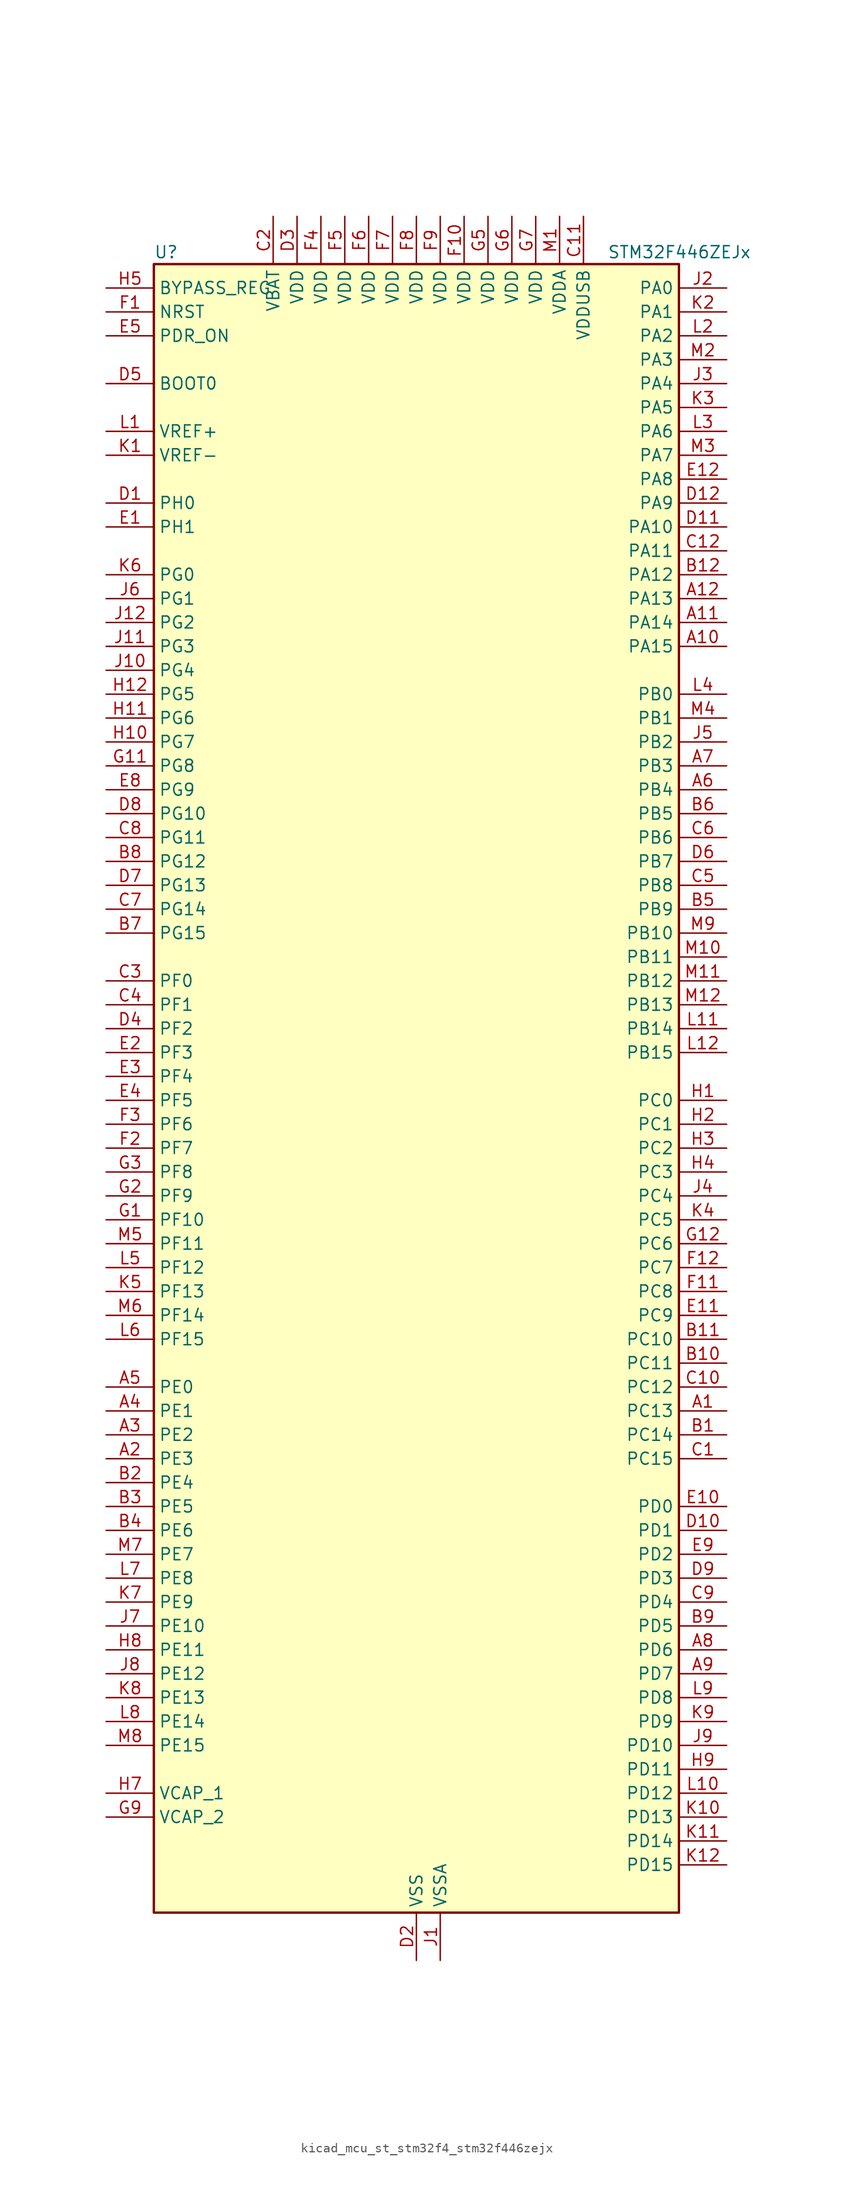
<source format=kicad_sym>
(kicad_symbol_lib
  (version 20220914)
  (generator kicad_symbol_editor)
  (symbol "kicad_mcu_st_stm32f4_stm32f446zejx"
    (property "Reference" "U"
      (at -27.94 90.17 0)
      (effects (font (size 1.27 1.27)) (justify left)))
    (property "Value" "STM32F446ZEJx"
      (at 20.32 90.17 0)
      (effects (font (size 1.27 1.27)) (justify left)))
    (property "ki_locked" ""
      (at 0 0 0)
      (effects (font (size 1.27 1.27))))
    (symbol "kicad_mcu_st_stm32f4_stm32f446zejx_0_1"
      (rectangle (start -27.94 -86.36) (end 27.94 88.9) (stroke (width 0.254) (type default)) (fill (type background))))
    (symbol "kicad_mcu_st_stm32f4_stm32f446zejx_1_1"
      (pin bidirectional line (at 33.02 -33.02 180) (length 5.08) (name "PC13" (effects (font (size 1.27 1.27)))) (number "A1" (effects (font (size 1.27 1.27)))) (alternate "RTC_AF1" bidirectional line) (alternate "SYS_WKUP1" bidirectional line))
      (pin bidirectional line (at 33.02 48.26 180) (length 5.08) (name "PA15" (effects (font (size 1.27 1.27)))) (number "A10" (effects (font (size 1.27 1.27)))) (alternate "ADC1_EXTI15" bidirectional line) (alternate "ADC2_EXTI15" bidirectional line) (alternate "ADC3_EXTI15" bidirectional line) (alternate "CEC" bidirectional line) (alternate "I2S1_WS" bidirectional line) (alternate "I2S3_WS" bidirectional line) (alternate "SPI1_NSS" bidirectional line) (alternate "SPI3_NSS" bidirectional line) (alternate "SYS_JTDI" bidirectional line) (alternate "TIM2_CH1" bidirectional line) (alternate "TIM2_ETR" bidirectional line) (alternate "UART4_RTS" bidirectional line))
      (pin bidirectional line (at 33.02 50.8 180) (length 5.08) (name "PA14" (effects (font (size 1.27 1.27)))) (number "A11" (effects (font (size 1.27 1.27)))) (alternate "SYS_JTCK-SWCLK" bidirectional line))
      (pin bidirectional line (at 33.02 53.34 180) (length 5.08) (name "PA13" (effects (font (size 1.27 1.27)))) (number "A12" (effects (font (size 1.27 1.27)))) (alternate "SYS_JTMS-SWDIO" bidirectional line))
      (pin bidirectional line (at -33.02 -38.1 0) (length 5.08) (name "PE3" (effects (font (size 1.27 1.27)))) (number "A2" (effects (font (size 1.27 1.27)))) (alternate "FMC_A19" bidirectional line) (alternate "SAI1_SD_B" bidirectional line) (alternate "SYS_TRACED0" bidirectional line))
      (pin bidirectional line (at -33.02 -35.56 0) (length 5.08) (name "PE2" (effects (font (size 1.27 1.27)))) (number "A3" (effects (font (size 1.27 1.27)))) (alternate "FMC_A23" bidirectional line) (alternate "QUADSPI_BK1_IO2" bidirectional line) (alternate "SAI1_MCLK_A" bidirectional line) (alternate "SPI4_SCK" bidirectional line) (alternate "SYS_TRACECLK" bidirectional line))
      (pin bidirectional line (at -33.02 -33.02 0) (length 5.08) (name "PE1" (effects (font (size 1.27 1.27)))) (number "A4" (effects (font (size 1.27 1.27)))) (alternate "DCMI_D3" bidirectional line) (alternate "FMC_NBL1" bidirectional line))
      (pin bidirectional line (at -33.02 -30.48 0) (length 5.08) (name "PE0" (effects (font (size 1.27 1.27)))) (number "A5" (effects (font (size 1.27 1.27)))) (alternate "DCMI_D2" bidirectional line) (alternate "FMC_NBL0" bidirectional line) (alternate "SAI2_MCLK_A" bidirectional line) (alternate "TIM4_ETR" bidirectional line))
      (pin bidirectional line (at 33.02 33.02 180) (length 5.08) (name "PB4" (effects (font (size 1.27 1.27)))) (number "A6" (effects (font (size 1.27 1.27)))) (alternate "I2C3_SDA" bidirectional line) (alternate "I2S2_WS" bidirectional line) (alternate "SPI1_MISO" bidirectional line) (alternate "SPI2_NSS" bidirectional line) (alternate "SPI3_MISO" bidirectional line) (alternate "SYS_JTRST" bidirectional line) (alternate "TIM3_CH1" bidirectional line))
      (pin bidirectional line (at 33.02 35.56 180) (length 5.08) (name "PB3" (effects (font (size 1.27 1.27)))) (number "A7" (effects (font (size 1.27 1.27)))) (alternate "I2C2_SDA" bidirectional line) (alternate "I2S1_CK" bidirectional line) (alternate "I2S3_CK" bidirectional line) (alternate "SPI1_SCK" bidirectional line) (alternate "SPI3_SCK" bidirectional line) (alternate "SYS_JTDO-SWO" bidirectional line) (alternate "TIM2_CH2" bidirectional line))
      (pin bidirectional line (at 33.02 -58.42 180) (length 5.08) (name "PD6" (effects (font (size 1.27 1.27)))) (number "A8" (effects (font (size 1.27 1.27)))) (alternate "DCMI_D10" bidirectional line) (alternate "FMC_NWAIT" bidirectional line) (alternate "I2S3_SD" bidirectional line) (alternate "SAI1_SD_A" bidirectional line) (alternate "SPI3_MOSI" bidirectional line) (alternate "USART2_RX" bidirectional line))
      (pin bidirectional line (at 33.02 -60.96 180) (length 5.08) (name "PD7" (effects (font (size 1.27 1.27)))) (number "A9" (effects (font (size 1.27 1.27)))) (alternate "FMC_NE1" bidirectional line) (alternate "SPDIFRX_IN0" bidirectional line) (alternate "USART2_CK" bidirectional line))
      (pin bidirectional line (at 33.02 -35.56 180) (length 5.08) (name "PC14" (effects (font (size 1.27 1.27)))) (number "B1" (effects (font (size 1.27 1.27)))) (alternate "RCC_OSC32_IN" bidirectional line))
      (pin bidirectional line (at 33.02 -27.94 180) (length 5.08) (name "PC11" (effects (font (size 1.27 1.27)))) (number "B10" (effects (font (size 1.27 1.27)))) (alternate "ADC1_EXTI11" bidirectional line) (alternate "ADC2_EXTI11" bidirectional line) (alternate "ADC3_EXTI11" bidirectional line) (alternate "DCMI_D4" bidirectional line) (alternate "QUADSPI_BK2_NCS" bidirectional line) (alternate "SDIO_D3" bidirectional line) (alternate "SPI3_MISO" bidirectional line) (alternate "UART4_RX" bidirectional line) (alternate "USART3_RX" bidirectional line))
      (pin bidirectional line (at 33.02 -25.4 180) (length 5.08) (name "PC10" (effects (font (size 1.27 1.27)))) (number "B11" (effects (font (size 1.27 1.27)))) (alternate "DCMI_D8" bidirectional line) (alternate "I2S3_CK" bidirectional line) (alternate "QUADSPI_BK1_IO1" bidirectional line) (alternate "SDIO_D2" bidirectional line) (alternate "SPI3_SCK" bidirectional line) (alternate "UART4_TX" bidirectional line) (alternate "USART3_TX" bidirectional line))
      (pin bidirectional line (at 33.02 55.88 180) (length 5.08) (name "PA12" (effects (font (size 1.27 1.27)))) (number "B12" (effects (font (size 1.27 1.27)))) (alternate "CAN1_TX" bidirectional line) (alternate "SAI2_FS_B" bidirectional line) (alternate "TIM1_ETR" bidirectional line) (alternate "USART1_RTS" bidirectional line) (alternate "USB_OTG_FS_DP" bidirectional line))
      (pin bidirectional line (at -33.02 -40.64 0) (length 5.08) (name "PE4" (effects (font (size 1.27 1.27)))) (number "B2" (effects (font (size 1.27 1.27)))) (alternate "DCMI_D4" bidirectional line) (alternate "FMC_A20" bidirectional line) (alternate "SAI1_FS_A" bidirectional line) (alternate "SPI4_NSS" bidirectional line) (alternate "SYS_TRACED1" bidirectional line))
      (pin bidirectional line (at -33.02 -43.18 0) (length 5.08) (name "PE5" (effects (font (size 1.27 1.27)))) (number "B3" (effects (font (size 1.27 1.27)))) (alternate "DCMI_D6" bidirectional line) (alternate "FMC_A21" bidirectional line) (alternate "SAI1_SCK_A" bidirectional line) (alternate "SPI4_MISO" bidirectional line) (alternate "SYS_TRACED2" bidirectional line) (alternate "TIM9_CH1" bidirectional line))
      (pin bidirectional line (at -33.02 -45.72 0) (length 5.08) (name "PE6" (effects (font (size 1.27 1.27)))) (number "B4" (effects (font (size 1.27 1.27)))) (alternate "DCMI_D7" bidirectional line) (alternate "FMC_A22" bidirectional line) (alternate "SAI1_SD_A" bidirectional line) (alternate "SPI4_MOSI" bidirectional line) (alternate "SYS_TRACED3" bidirectional line) (alternate "TIM9_CH2" bidirectional line))
      (pin bidirectional line (at 33.02 20.32 180) (length 5.08) (name "PB9" (effects (font (size 1.27 1.27)))) (number "B5" (effects (font (size 1.27 1.27)))) (alternate "CAN1_TX" bidirectional line) (alternate "DAC_EXTI9" bidirectional line) (alternate "DCMI_D7" bidirectional line) (alternate "I2C1_SDA" bidirectional line) (alternate "I2S2_WS" bidirectional line) (alternate "SAI1_FS_B" bidirectional line) (alternate "SDIO_D5" bidirectional line) (alternate "SPI2_NSS" bidirectional line) (alternate "TIM11_CH1" bidirectional line) (alternate "TIM2_CH2" bidirectional line) (alternate "TIM4_CH4" bidirectional line))
      (pin bidirectional line (at 33.02 30.48 180) (length 5.08) (name "PB5" (effects (font (size 1.27 1.27)))) (number "B6" (effects (font (size 1.27 1.27)))) (alternate "CAN2_RX" bidirectional line) (alternate "DCMI_D10" bidirectional line) (alternate "FMC_SDCKE1" bidirectional line) (alternate "I2C1_SMBA" bidirectional line) (alternate "I2S1_SD" bidirectional line) (alternate "I2S3_SD" bidirectional line) (alternate "SPI1_MOSI" bidirectional line) (alternate "SPI3_MOSI" bidirectional line) (alternate "TIM3_CH2" bidirectional line) (alternate "USB_OTG_HS_ULPI_D7" bidirectional line))
      (pin bidirectional line (at -33.02 17.78 0) (length 5.08) (name "PG15" (effects (font (size 1.27 1.27)))) (number "B7" (effects (font (size 1.27 1.27)))) (alternate "ADC1_EXTI15" bidirectional line) (alternate "ADC2_EXTI15" bidirectional line) (alternate "ADC3_EXTI15" bidirectional line) (alternate "DCMI_D13" bidirectional line) (alternate "FMC_SDNCAS" bidirectional line) (alternate "USART6_CTS" bidirectional line))
      (pin bidirectional line (at -33.02 25.4 0) (length 5.08) (name "PG12" (effects (font (size 1.27 1.27)))) (number "B8" (effects (font (size 1.27 1.27)))) (alternate "FMC_NE4" bidirectional line) (alternate "SPDIFRX_IN1" bidirectional line) (alternate "SPI4_MISO" bidirectional line) (alternate "USART6_RTS" bidirectional line))
      (pin bidirectional line (at 33.02 -55.88 180) (length 5.08) (name "PD5" (effects (font (size 1.27 1.27)))) (number "B9" (effects (font (size 1.27 1.27)))) (alternate "FMC_NWE" bidirectional line) (alternate "USART2_TX" bidirectional line))
      (pin bidirectional line (at 33.02 -38.1 180) (length 5.08) (name "PC15" (effects (font (size 1.27 1.27)))) (number "C1" (effects (font (size 1.27 1.27)))) (alternate "ADC1_EXTI15" bidirectional line) (alternate "ADC2_EXTI15" bidirectional line) (alternate "ADC3_EXTI15" bidirectional line) (alternate "RCC_OSC32_OUT" bidirectional line))
      (pin bidirectional line (at 33.02 -30.48 180) (length 5.08) (name "PC12" (effects (font (size 1.27 1.27)))) (number "C10" (effects (font (size 1.27 1.27)))) (alternate "DCMI_D9" bidirectional line) (alternate "I2C2_SDA" bidirectional line) (alternate "I2S3_SD" bidirectional line) (alternate "SDIO_CK" bidirectional line) (alternate "SPI3_MOSI" bidirectional line) (alternate "UART5_TX" bidirectional line) (alternate "USART3_CK" bidirectional line))
      (pin power_in line (at 17.78 93.98 270) (length 5.08) (name "VDDUSB" (effects (font (size 1.27 1.27)))) (number "C11" (effects (font (size 1.27 1.27)))))
      (pin bidirectional line (at 33.02 58.42 180) (length 5.08) (name "PA11" (effects (font (size 1.27 1.27)))) (number "C12" (effects (font (size 1.27 1.27)))) (alternate "ADC1_EXTI11" bidirectional line) (alternate "ADC2_EXTI11" bidirectional line) (alternate "ADC3_EXTI11" bidirectional line) (alternate "CAN1_RX" bidirectional line) (alternate "TIM1_CH4" bidirectional line) (alternate "USART1_CTS" bidirectional line) (alternate "USB_OTG_FS_DM" bidirectional line))
      (pin power_in line (at -15.24 93.98 270) (length 5.08) (name "VBAT" (effects (font (size 1.27 1.27)))) (number "C2" (effects (font (size 1.27 1.27)))))
      (pin bidirectional line (at -33.02 12.7 0) (length 5.08) (name "PF0" (effects (font (size 1.27 1.27)))) (number "C3" (effects (font (size 1.27 1.27)))) (alternate "FMC_A0" bidirectional line) (alternate "I2C2_SDA" bidirectional line))
      (pin bidirectional line (at -33.02 10.16 0) (length 5.08) (name "PF1" (effects (font (size 1.27 1.27)))) (number "C4" (effects (font (size 1.27 1.27)))) (alternate "FMC_A1" bidirectional line) (alternate "I2C2_SCL" bidirectional line))
      (pin bidirectional line (at 33.02 22.86 180) (length 5.08) (name "PB8" (effects (font (size 1.27 1.27)))) (number "C5" (effects (font (size 1.27 1.27)))) (alternate "CAN1_RX" bidirectional line) (alternate "DCMI_D6" bidirectional line) (alternate "I2C1_SCL" bidirectional line) (alternate "SDIO_D4" bidirectional line) (alternate "TIM10_CH1" bidirectional line) (alternate "TIM2_CH1" bidirectional line) (alternate "TIM2_ETR" bidirectional line) (alternate "TIM4_CH3" bidirectional line))
      (pin bidirectional line (at 33.02 27.94 180) (length 5.08) (name "PB6" (effects (font (size 1.27 1.27)))) (number "C6" (effects (font (size 1.27 1.27)))) (alternate "CAN2_TX" bidirectional line) (alternate "CEC" bidirectional line) (alternate "DCMI_D5" bidirectional line) (alternate "FMC_SDNE1" bidirectional line) (alternate "I2C1_SCL" bidirectional line) (alternate "QUADSPI_BK1_NCS" bidirectional line) (alternate "TIM4_CH1" bidirectional line) (alternate "USART1_TX" bidirectional line))
      (pin bidirectional line (at -33.02 20.32 0) (length 5.08) (name "PG14" (effects (font (size 1.27 1.27)))) (number "C7" (effects (font (size 1.27 1.27)))) (alternate "FMC_A25" bidirectional line) (alternate "QUADSPI_BK2_IO3" bidirectional line) (alternate "SPI4_NSS" bidirectional line) (alternate "SYS_TRACED3" bidirectional line) (alternate "USART6_TX" bidirectional line))
      (pin bidirectional line (at -33.02 27.94 0) (length 5.08) (name "PG11" (effects (font (size 1.27 1.27)))) (number "C8" (effects (font (size 1.27 1.27)))) (alternate "ADC1_EXTI11" bidirectional line) (alternate "ADC2_EXTI11" bidirectional line) (alternate "ADC3_EXTI11" bidirectional line) (alternate "DCMI_D3" bidirectional line) (alternate "SPDIFRX_IN0" bidirectional line) (alternate "SPI4_SCK" bidirectional line))
      (pin bidirectional line (at 33.02 -53.34 180) (length 5.08) (name "PD4" (effects (font (size 1.27 1.27)))) (number "C9" (effects (font (size 1.27 1.27)))) (alternate "FMC_NOE" bidirectional line) (alternate "USART2_RTS" bidirectional line))
      (pin bidirectional line (at -33.02 63.5 0) (length 5.08) (name "PH0" (effects (font (size 1.27 1.27)))) (number "D1" (effects (font (size 1.27 1.27)))) (alternate "RCC_OSC_IN" bidirectional line))
      (pin bidirectional line (at 33.02 -45.72 180) (length 5.08) (name "PD1" (effects (font (size 1.27 1.27)))) (number "D10" (effects (font (size 1.27 1.27)))) (alternate "CAN1_TX" bidirectional line) (alternate "FMC_D3" bidirectional line) (alternate "FMC_DA3" bidirectional line) (alternate "I2S2_WS" bidirectional line) (alternate "SPI2_NSS" bidirectional line))
      (pin bidirectional line (at 33.02 60.96 180) (length 5.08) (name "PA10" (effects (font (size 1.27 1.27)))) (number "D11" (effects (font (size 1.27 1.27)))) (alternate "DCMI_D1" bidirectional line) (alternate "TIM1_CH3" bidirectional line) (alternate "USART1_RX" bidirectional line) (alternate "USB_OTG_FS_ID" bidirectional line))
      (pin bidirectional line (at 33.02 63.5 180) (length 5.08) (name "PA9" (effects (font (size 1.27 1.27)))) (number "D12" (effects (font (size 1.27 1.27)))) (alternate "DAC_EXTI9" bidirectional line) (alternate "DCMI_D0" bidirectional line) (alternate "I2C3_SMBA" bidirectional line) (alternate "I2S2_CK" bidirectional line) (alternate "SAI1_SD_B" bidirectional line) (alternate "SPI2_SCK" bidirectional line) (alternate "TIM1_CH2" bidirectional line) (alternate "USART1_TX" bidirectional line) (alternate "USB_OTG_FS_VBUS" bidirectional line))
      (pin power_in line (at 0 -91.44 90) (length 5.08) (name "VSS" (effects (font (size 1.27 1.27)))) (number "D2" (effects (font (size 1.27 1.27)))))
      (pin power_in line (at -12.7 93.98 270) (length 5.08) (name "VDD" (effects (font (size 1.27 1.27)))) (number "D3" (effects (font (size 1.27 1.27)))))
      (pin bidirectional line (at -33.02 7.62 0) (length 5.08) (name "PF2" (effects (font (size 1.27 1.27)))) (number "D4" (effects (font (size 1.27 1.27)))) (alternate "FMC_A2" bidirectional line) (alternate "I2C2_SMBA" bidirectional line))
      (pin input line (at -33.02 76.2 0) (length 5.08) (name "BOOT0" (effects (font (size 1.27 1.27)))) (number "D5" (effects (font (size 1.27 1.27)))))
      (pin bidirectional line (at 33.02 25.4 180) (length 5.08) (name "PB7" (effects (font (size 1.27 1.27)))) (number "D6" (effects (font (size 1.27 1.27)))) (alternate "DCMI_VSYNC" bidirectional line) (alternate "FMC_NL" bidirectional line) (alternate "I2C1_SDA" bidirectional line) (alternate "SPDIFRX_IN0" bidirectional line) (alternate "TIM4_CH2" bidirectional line) (alternate "USART1_RX" bidirectional line))
      (pin bidirectional line (at -33.02 22.86 0) (length 5.08) (name "PG13" (effects (font (size 1.27 1.27)))) (number "D7" (effects (font (size 1.27 1.27)))) (alternate "FMC_A24" bidirectional line) (alternate "SPI4_MOSI" bidirectional line) (alternate "SYS_TRACED2" bidirectional line) (alternate "USART6_CTS" bidirectional line))
      (pin bidirectional line (at -33.02 30.48 0) (length 5.08) (name "PG10" (effects (font (size 1.27 1.27)))) (number "D8" (effects (font (size 1.27 1.27)))) (alternate "DCMI_D2" bidirectional line) (alternate "FMC_NE3" bidirectional line) (alternate "SAI2_SD_B" bidirectional line))
      (pin bidirectional line (at 33.02 -50.8 180) (length 5.08) (name "PD3" (effects (font (size 1.27 1.27)))) (number "D9" (effects (font (size 1.27 1.27)))) (alternate "DCMI_D5" bidirectional line) (alternate "FMC_CLK" bidirectional line) (alternate "I2S2_CK" bidirectional line) (alternate "QUADSPI_CLK" bidirectional line) (alternate "SPI2_SCK" bidirectional line) (alternate "SYS_TRACED1" bidirectional line) (alternate "USART2_CTS" bidirectional line))
      (pin bidirectional line (at -33.02 60.96 0) (length 5.08) (name "PH1" (effects (font (size 1.27 1.27)))) (number "E1" (effects (font (size 1.27 1.27)))) (alternate "RCC_OSC_OUT" bidirectional line))
      (pin bidirectional line (at 33.02 -43.18 180) (length 5.08) (name "PD0" (effects (font (size 1.27 1.27)))) (number "E10" (effects (font (size 1.27 1.27)))) (alternate "CAN1_RX" bidirectional line) (alternate "FMC_D2" bidirectional line) (alternate "FMC_DA2" bidirectional line) (alternate "I2S3_SD" bidirectional line) (alternate "SPI3_MOSI" bidirectional line) (alternate "SPI4_MISO" bidirectional line))
      (pin bidirectional line (at 33.02 -22.86 180) (length 5.08) (name "PC9" (effects (font (size 1.27 1.27)))) (number "E11" (effects (font (size 1.27 1.27)))) (alternate "DAC_EXTI9" bidirectional line) (alternate "DCMI_D3" bidirectional line) (alternate "I2C3_SDA" bidirectional line) (alternate "I2S_CKIN" bidirectional line) (alternate "QUADSPI_BK1_IO0" bidirectional line) (alternate "RCC_MCO_2" bidirectional line) (alternate "SDIO_D1" bidirectional line) (alternate "TIM3_CH4" bidirectional line) (alternate "TIM8_CH4" bidirectional line) (alternate "UART5_CTS" bidirectional line))
      (pin bidirectional line (at 33.02 66.04 180) (length 5.08) (name "PA8" (effects (font (size 1.27 1.27)))) (number "E12" (effects (font (size 1.27 1.27)))) (alternate "I2C3_SCL" bidirectional line) (alternate "RCC_MCO_1" bidirectional line) (alternate "TIM1_CH1" bidirectional line) (alternate "USART1_CK" bidirectional line) (alternate "USB_OTG_FS_SOF" bidirectional line))
      (pin bidirectional line (at -33.02 5.08 0) (length 5.08) (name "PF3" (effects (font (size 1.27 1.27)))) (number "E2" (effects (font (size 1.27 1.27)))) (alternate "ADC3_IN9" bidirectional line) (alternate "FMC_A3" bidirectional line))
      (pin bidirectional line (at -33.02 2.54 0) (length 5.08) (name "PF4" (effects (font (size 1.27 1.27)))) (number "E3" (effects (font (size 1.27 1.27)))) (alternate "ADC3_IN14" bidirectional line) (alternate "FMC_A4" bidirectional line))
      (pin bidirectional line (at -33.02 0 0) (length 5.08) (name "PF5" (effects (font (size 1.27 1.27)))) (number "E4" (effects (font (size 1.27 1.27)))) (alternate "ADC3_IN15" bidirectional line) (alternate "FMC_A5" bidirectional line))
      (pin input line (at -33.02 81.28 0) (length 5.08) (name "PDR_ON" (effects (font (size 1.27 1.27)))) (number "E5" (effects (font (size 1.27 1.27)))))
      (pin passive line (at 0 -91.44 90) (length 5.08) hide (name "VSS" (effects (font (size 1.27 1.27)))) (number "E6" (effects (font (size 1.27 1.27)))))
      (pin passive line (at 0 -91.44 90) (length 5.08) hide (name "VSS" (effects (font (size 1.27 1.27)))) (number "E7" (effects (font (size 1.27 1.27)))))
      (pin bidirectional line (at -33.02 33.02 0) (length 5.08) (name "PG9" (effects (font (size 1.27 1.27)))) (number "E8" (effects (font (size 1.27 1.27)))) (alternate "DAC_EXTI9" bidirectional line) (alternate "DCMI_VSYNC" bidirectional line) (alternate "FMC_NCE3" bidirectional line) (alternate "FMC_NE2" bidirectional line) (alternate "QUADSPI_BK2_IO2" bidirectional line) (alternate "SAI2_FS_B" bidirectional line) (alternate "SPDIFRX_IN3" bidirectional line) (alternate "USART6_RX" bidirectional line))
      (pin bidirectional line (at 33.02 -48.26 180) (length 5.08) (name "PD2" (effects (font (size 1.27 1.27)))) (number "E9" (effects (font (size 1.27 1.27)))) (alternate "DCMI_D11" bidirectional line) (alternate "SDIO_CMD" bidirectional line) (alternate "TIM3_ETR" bidirectional line) (alternate "UART5_RX" bidirectional line))
      (pin input line (at -33.02 83.82 0) (length 5.08) (name "NRST" (effects (font (size 1.27 1.27)))) (number "F1" (effects (font (size 1.27 1.27)))))
      (pin power_in line (at 5.08 93.98 270) (length 5.08) (name "VDD" (effects (font (size 1.27 1.27)))) (number "F10" (effects (font (size 1.27 1.27)))))
      (pin bidirectional line (at 33.02 -20.32 180) (length 5.08) (name "PC8" (effects (font (size 1.27 1.27)))) (number "F11" (effects (font (size 1.27 1.27)))) (alternate "DCMI_D2" bidirectional line) (alternate "SDIO_D0" bidirectional line) (alternate "SYS_TRACED0" bidirectional line) (alternate "TIM3_CH3" bidirectional line) (alternate "TIM8_CH3" bidirectional line) (alternate "UART5_RTS" bidirectional line) (alternate "USART6_CK" bidirectional line))
      (pin bidirectional line (at 33.02 -17.78 180) (length 5.08) (name "PC7" (effects (font (size 1.27 1.27)))) (number "F12" (effects (font (size 1.27 1.27)))) (alternate "DCMI_D1" bidirectional line) (alternate "FMPI2C1_SDA" bidirectional line) (alternate "I2S2_CK" bidirectional line) (alternate "I2S3_MCK" bidirectional line) (alternate "SDIO_D7" bidirectional line) (alternate "SPDIFRX_IN1" bidirectional line) (alternate "SPI2_SCK" bidirectional line) (alternate "TIM3_CH2" bidirectional line) (alternate "TIM8_CH2" bidirectional line) (alternate "USART6_RX" bidirectional line))
      (pin bidirectional line (at -33.02 -5.08 0) (length 5.08) (name "PF7" (effects (font (size 1.27 1.27)))) (number "F2" (effects (font (size 1.27 1.27)))) (alternate "ADC3_IN5" bidirectional line) (alternate "QUADSPI_BK1_IO2" bidirectional line) (alternate "SAI1_MCLK_B" bidirectional line) (alternate "TIM11_CH1" bidirectional line))
      (pin bidirectional line (at -33.02 -2.54 0) (length 5.08) (name "PF6" (effects (font (size 1.27 1.27)))) (number "F3" (effects (font (size 1.27 1.27)))) (alternate "ADC3_IN4" bidirectional line) (alternate "QUADSPI_BK1_IO3" bidirectional line) (alternate "SAI1_SD_B" bidirectional line) (alternate "TIM10_CH1" bidirectional line))
      (pin power_in line (at -10.16 93.98 270) (length 5.08) (name "VDD" (effects (font (size 1.27 1.27)))) (number "F4" (effects (font (size 1.27 1.27)))))
      (pin power_in line (at -7.62 93.98 270) (length 5.08) (name "VDD" (effects (font (size 1.27 1.27)))) (number "F5" (effects (font (size 1.27 1.27)))))
      (pin power_in line (at -5.08 93.98 270) (length 5.08) (name "VDD" (effects (font (size 1.27 1.27)))) (number "F6" (effects (font (size 1.27 1.27)))))
      (pin power_in line (at -2.54 93.98 270) (length 5.08) (name "VDD" (effects (font (size 1.27 1.27)))) (number "F7" (effects (font (size 1.27 1.27)))))
      (pin power_in line (at 0 93.98 270) (length 5.08) (name "VDD" (effects (font (size 1.27 1.27)))) (number "F8" (effects (font (size 1.27 1.27)))))
      (pin power_in line (at 2.54 93.98 270) (length 5.08) (name "VDD" (effects (font (size 1.27 1.27)))) (number "F9" (effects (font (size 1.27 1.27)))))
      (pin bidirectional line (at -33.02 -12.7 0) (length 5.08) (name "PF10" (effects (font (size 1.27 1.27)))) (number "G1" (effects (font (size 1.27 1.27)))) (alternate "ADC3_IN8" bidirectional line) (alternate "DCMI_D11" bidirectional line))
      (pin passive line (at 0 -91.44 90) (length 5.08) hide (name "VSS" (effects (font (size 1.27 1.27)))) (number "G10" (effects (font (size 1.27 1.27)))))
      (pin bidirectional line (at -33.02 35.56 0) (length 5.08) (name "PG8" (effects (font (size 1.27 1.27)))) (number "G11" (effects (font (size 1.27 1.27)))) (alternate "FMC_SDCLK" bidirectional line) (alternate "SPDIFRX_IN2" bidirectional line) (alternate "USART6_RTS" bidirectional line))
      (pin bidirectional line (at 33.02 -15.24 180) (length 5.08) (name "PC6" (effects (font (size 1.27 1.27)))) (number "G12" (effects (font (size 1.27 1.27)))) (alternate "DCMI_D0" bidirectional line) (alternate "FMPI2C1_SCL" bidirectional line) (alternate "I2S2_MCK" bidirectional line) (alternate "SDIO_D6" bidirectional line) (alternate "TIM3_CH1" bidirectional line) (alternate "TIM8_CH1" bidirectional line) (alternate "USART6_TX" bidirectional line))
      (pin bidirectional line (at -33.02 -10.16 0) (length 5.08) (name "PF9" (effects (font (size 1.27 1.27)))) (number "G2" (effects (font (size 1.27 1.27)))) (alternate "ADC3_IN7" bidirectional line) (alternate "DAC_EXTI9" bidirectional line) (alternate "QUADSPI_BK1_IO1" bidirectional line) (alternate "SAI1_FS_B" bidirectional line) (alternate "TIM14_CH1" bidirectional line))
      (pin bidirectional line (at -33.02 -7.62 0) (length 5.08) (name "PF8" (effects (font (size 1.27 1.27)))) (number "G3" (effects (font (size 1.27 1.27)))) (alternate "ADC3_IN6" bidirectional line) (alternate "QUADSPI_BK1_IO0" bidirectional line) (alternate "SAI1_SCK_B" bidirectional line) (alternate "TIM13_CH1" bidirectional line))
      (pin passive line (at 0 -91.44 90) (length 5.08) hide (name "VSS" (effects (font (size 1.27 1.27)))) (number "G4" (effects (font (size 1.27 1.27)))))
      (pin power_in line (at 7.62 93.98 270) (length 5.08) (name "VDD" (effects (font (size 1.27 1.27)))) (number "G5" (effects (font (size 1.27 1.27)))))
      (pin power_in line (at 10.16 93.98 270) (length 5.08) (name "VDD" (effects (font (size 1.27 1.27)))) (number "G6" (effects (font (size 1.27 1.27)))))
      (pin power_in line (at 12.7 93.98 270) (length 5.08) (name "VDD" (effects (font (size 1.27 1.27)))) (number "G7" (effects (font (size 1.27 1.27)))))
      (pin passive line (at 0 -91.44 90) (length 5.08) hide (name "VSS" (effects (font (size 1.27 1.27)))) (number "G8" (effects (font (size 1.27 1.27)))))
      (pin power_out line (at -33.02 -76.2 0) (length 5.08) (name "VCAP_2" (effects (font (size 1.27 1.27)))) (number "G9" (effects (font (size 1.27 1.27)))))
      (pin bidirectional line (at 33.02 0 180) (length 5.08) (name "PC0" (effects (font (size 1.27 1.27)))) (number "H1" (effects (font (size 1.27 1.27)))) (alternate "ADC1_IN10" bidirectional line) (alternate "ADC2_IN10" bidirectional line) (alternate "ADC3_IN10" bidirectional line) (alternate "FMC_SDNWE" bidirectional line) (alternate "SAI1_MCLK_B" bidirectional line) (alternate "USB_OTG_HS_ULPI_STP" bidirectional line))
      (pin bidirectional line (at -33.02 38.1 0) (length 5.08) (name "PG7" (effects (font (size 1.27 1.27)))) (number "H10" (effects (font (size 1.27 1.27)))) (alternate "DCMI_D13" bidirectional line) (alternate "FMC_INT3" bidirectional line) (alternate "USART6_CK" bidirectional line))
      (pin bidirectional line (at -33.02 40.64 0) (length 5.08) (name "PG6" (effects (font (size 1.27 1.27)))) (number "H11" (effects (font (size 1.27 1.27)))) (alternate "DCMI_D12" bidirectional line) (alternate "QUADSPI_BK1_NCS" bidirectional line))
      (pin bidirectional line (at -33.02 43.18 0) (length 5.08) (name "PG5" (effects (font (size 1.27 1.27)))) (number "H12" (effects (font (size 1.27 1.27)))) (alternate "FMC_A15" bidirectional line) (alternate "FMC_BA1" bidirectional line))
      (pin bidirectional line (at 33.02 -2.54 180) (length 5.08) (name "PC1" (effects (font (size 1.27 1.27)))) (number "H2" (effects (font (size 1.27 1.27)))) (alternate "ADC1_IN11" bidirectional line) (alternate "ADC2_IN11" bidirectional line) (alternate "ADC3_IN11" bidirectional line) (alternate "I2S2_SD" bidirectional line) (alternate "I2S3_SD" bidirectional line) (alternate "SAI1_SD_A" bidirectional line) (alternate "SPI2_MOSI" bidirectional line) (alternate "SPI3_MOSI" bidirectional line))
      (pin bidirectional line (at 33.02 -5.08 180) (length 5.08) (name "PC2" (effects (font (size 1.27 1.27)))) (number "H3" (effects (font (size 1.27 1.27)))) (alternate "ADC1_IN12" bidirectional line) (alternate "ADC2_IN12" bidirectional line) (alternate "ADC3_IN12" bidirectional line) (alternate "FMC_SDNE0" bidirectional line) (alternate "SPI2_MISO" bidirectional line) (alternate "USB_OTG_HS_ULPI_DIR" bidirectional line))
      (pin bidirectional line (at 33.02 -7.62 180) (length 5.08) (name "PC3" (effects (font (size 1.27 1.27)))) (number "H4" (effects (font (size 1.27 1.27)))) (alternate "ADC1_IN13" bidirectional line) (alternate "ADC2_IN13" bidirectional line) (alternate "ADC3_IN13" bidirectional line) (alternate "FMC_SDCKE0" bidirectional line) (alternate "I2S2_SD" bidirectional line) (alternate "SPI2_MOSI" bidirectional line) (alternate "USB_OTG_HS_ULPI_NXT" bidirectional line))
      (pin input line (at -33.02 86.36 0) (length 5.08) (name "BYPASS_REG" (effects (font (size 1.27 1.27)))) (number "H5" (effects (font (size 1.27 1.27)))))
      (pin passive line (at 0 -91.44 90) (length 5.08) hide (name "VSS" (effects (font (size 1.27 1.27)))) (number "H6" (effects (font (size 1.27 1.27)))))
      (pin power_out line (at -33.02 -73.66 0) (length 5.08) (name "VCAP_1" (effects (font (size 1.27 1.27)))) (number "H7" (effects (font (size 1.27 1.27)))))
      (pin bidirectional line (at -33.02 -58.42 0) (length 5.08) (name "PE11" (effects (font (size 1.27 1.27)))) (number "H8" (effects (font (size 1.27 1.27)))) (alternate "ADC1_EXTI11" bidirectional line) (alternate "ADC2_EXTI11" bidirectional line) (alternate "ADC3_EXTI11" bidirectional line) (alternate "FMC_D8" bidirectional line) (alternate "FMC_DA8" bidirectional line) (alternate "SAI2_SD_B" bidirectional line) (alternate "SPI4_NSS" bidirectional line) (alternate "TIM1_CH2" bidirectional line))
      (pin bidirectional line (at 33.02 -71.12 180) (length 5.08) (name "PD11" (effects (font (size 1.27 1.27)))) (number "H9" (effects (font (size 1.27 1.27)))) (alternate "ADC1_EXTI11" bidirectional line) (alternate "ADC2_EXTI11" bidirectional line) (alternate "ADC3_EXTI11" bidirectional line) (alternate "FMC_A16" bidirectional line) (alternate "FMC_CLE" bidirectional line) (alternate "FMPI2C1_SMBA" bidirectional line) (alternate "QUADSPI_BK1_IO0" bidirectional line) (alternate "SAI2_SD_A" bidirectional line) (alternate "USART3_CTS" bidirectional line))
      (pin power_in line (at 2.54 -91.44 90) (length 5.08) (name "VSSA" (effects (font (size 1.27 1.27)))) (number "J1" (effects (font (size 1.27 1.27)))))
      (pin bidirectional line (at -33.02 45.72 0) (length 5.08) (name "PG4" (effects (font (size 1.27 1.27)))) (number "J10" (effects (font (size 1.27 1.27)))) (alternate "FMC_A14" bidirectional line) (alternate "FMC_BA0" bidirectional line))
      (pin bidirectional line (at -33.02 48.26 0) (length 5.08) (name "PG3" (effects (font (size 1.27 1.27)))) (number "J11" (effects (font (size 1.27 1.27)))) (alternate "FMC_A13" bidirectional line))
      (pin bidirectional line (at -33.02 50.8 0) (length 5.08) (name "PG2" (effects (font (size 1.27 1.27)))) (number "J12" (effects (font (size 1.27 1.27)))) (alternate "FMC_A12" bidirectional line))
      (pin bidirectional line (at 33.02 86.36 180) (length 5.08) (name "PA0" (effects (font (size 1.27 1.27)))) (number "J2" (effects (font (size 1.27 1.27)))) (alternate "ADC1_IN0" bidirectional line) (alternate "ADC2_IN0" bidirectional line) (alternate "ADC3_IN0" bidirectional line) (alternate "RTC_AF2" bidirectional line) (alternate "SYS_WKUP0" bidirectional line) (alternate "TIM2_CH1" bidirectional line) (alternate "TIM2_ETR" bidirectional line) (alternate "TIM5_CH1" bidirectional line) (alternate "TIM8_ETR" bidirectional line) (alternate "UART4_TX" bidirectional line) (alternate "USART2_CTS" bidirectional line))
      (pin bidirectional line (at 33.02 76.2 180) (length 5.08) (name "PA4" (effects (font (size 1.27 1.27)))) (number "J3" (effects (font (size 1.27 1.27)))) (alternate "ADC1_IN4" bidirectional line) (alternate "ADC2_IN4" bidirectional line) (alternate "DAC_OUT1" bidirectional line) (alternate "DCMI_HSYNC" bidirectional line) (alternate "I2S1_WS" bidirectional line) (alternate "I2S3_WS" bidirectional line) (alternate "SPI1_NSS" bidirectional line) (alternate "SPI3_NSS" bidirectional line) (alternate "USART2_CK" bidirectional line) (alternate "USB_OTG_HS_SOF" bidirectional line))
      (pin bidirectional line (at 33.02 -10.16 180) (length 5.08) (name "PC4" (effects (font (size 1.27 1.27)))) (number "J4" (effects (font (size 1.27 1.27)))) (alternate "ADC1_IN14" bidirectional line) (alternate "ADC2_IN14" bidirectional line) (alternate "FMC_SDNE0" bidirectional line) (alternate "I2S1_MCK" bidirectional line) (alternate "SPDIFRX_IN2" bidirectional line))
      (pin bidirectional line (at 33.02 38.1 180) (length 5.08) (name "PB2" (effects (font (size 1.27 1.27)))) (number "J5" (effects (font (size 1.27 1.27)))) (alternate "I2S3_SD" bidirectional line) (alternate "QUADSPI_CLK" bidirectional line) (alternate "SAI1_SD_A" bidirectional line) (alternate "SDIO_CK" bidirectional line) (alternate "SPI3_MOSI" bidirectional line) (alternate "TIM2_CH4" bidirectional line) (alternate "USB_OTG_HS_ULPI_D4" bidirectional line))
      (pin bidirectional line (at -33.02 53.34 0) (length 5.08) (name "PG1" (effects (font (size 1.27 1.27)))) (number "J6" (effects (font (size 1.27 1.27)))) (alternate "FMC_A11" bidirectional line))
      (pin bidirectional line (at -33.02 -55.88 0) (length 5.08) (name "PE10" (effects (font (size 1.27 1.27)))) (number "J7" (effects (font (size 1.27 1.27)))) (alternate "FMC_D7" bidirectional line) (alternate "FMC_DA7" bidirectional line) (alternate "QUADSPI_BK2_IO3" bidirectional line) (alternate "TIM1_CH2N" bidirectional line))
      (pin bidirectional line (at -33.02 -60.96 0) (length 5.08) (name "PE12" (effects (font (size 1.27 1.27)))) (number "J8" (effects (font (size 1.27 1.27)))) (alternate "FMC_D9" bidirectional line) (alternate "FMC_DA9" bidirectional line) (alternate "SAI2_SCK_B" bidirectional line) (alternate "SPI4_SCK" bidirectional line) (alternate "TIM1_CH3N" bidirectional line))
      (pin bidirectional line (at 33.02 -68.58 180) (length 5.08) (name "PD10" (effects (font (size 1.27 1.27)))) (number "J9" (effects (font (size 1.27 1.27)))) (alternate "FMC_D15" bidirectional line) (alternate "FMC_DA15" bidirectional line) (alternate "USART3_CK" bidirectional line))
      (pin input line (at -33.02 68.58 0) (length 5.08) (name "VREF-" (effects (font (size 1.27 1.27)))) (number "K1" (effects (font (size 1.27 1.27)))))
      (pin bidirectional line (at 33.02 -76.2 180) (length 5.08) (name "PD13" (effects (font (size 1.27 1.27)))) (number "K10" (effects (font (size 1.27 1.27)))) (alternate "FMC_A18" bidirectional line) (alternate "FMPI2C1_SDA" bidirectional line) (alternate "QUADSPI_BK1_IO3" bidirectional line) (alternate "SAI2_SCK_A" bidirectional line) (alternate "TIM4_CH2" bidirectional line))
      (pin bidirectional line (at 33.02 -78.74 180) (length 5.08) (name "PD14" (effects (font (size 1.27 1.27)))) (number "K11" (effects (font (size 1.27 1.27)))) (alternate "FMC_D0" bidirectional line) (alternate "FMC_DA0" bidirectional line) (alternate "FMPI2C1_SCL" bidirectional line) (alternate "SAI2_SCK_A" bidirectional line) (alternate "TIM4_CH3" bidirectional line))
      (pin bidirectional line (at 33.02 -81.28 180) (length 5.08) (name "PD15" (effects (font (size 1.27 1.27)))) (number "K12" (effects (font (size 1.27 1.27)))) (alternate "ADC1_EXTI15" bidirectional line) (alternate "ADC2_EXTI15" bidirectional line) (alternate "ADC3_EXTI15" bidirectional line) (alternate "FMC_D1" bidirectional line) (alternate "FMC_DA1" bidirectional line) (alternate "FMPI2C1_SDA" bidirectional line) (alternate "TIM4_CH4" bidirectional line))
      (pin bidirectional line (at 33.02 83.82 180) (length 5.08) (name "PA1" (effects (font (size 1.27 1.27)))) (number "K2" (effects (font (size 1.27 1.27)))) (alternate "ADC1_IN1" bidirectional line) (alternate "ADC2_IN1" bidirectional line) (alternate "ADC3_IN1" bidirectional line) (alternate "QUADSPI_BK1_IO3" bidirectional line) (alternate "SAI2_MCLK_B" bidirectional line) (alternate "TIM2_CH2" bidirectional line) (alternate "TIM5_CH2" bidirectional line) (alternate "UART4_RX" bidirectional line) (alternate "USART2_RTS" bidirectional line))
      (pin bidirectional line (at 33.02 73.66 180) (length 5.08) (name "PA5" (effects (font (size 1.27 1.27)))) (number "K3" (effects (font (size 1.27 1.27)))) (alternate "ADC1_IN5" bidirectional line) (alternate "ADC2_IN5" bidirectional line) (alternate "DAC_OUT2" bidirectional line) (alternate "I2S1_CK" bidirectional line) (alternate "SPI1_SCK" bidirectional line) (alternate "TIM2_CH1" bidirectional line) (alternate "TIM2_ETR" bidirectional line) (alternate "TIM8_CH1N" bidirectional line) (alternate "USB_OTG_HS_ULPI_CK" bidirectional line))
      (pin bidirectional line (at 33.02 -12.7 180) (length 5.08) (name "PC5" (effects (font (size 1.27 1.27)))) (number "K4" (effects (font (size 1.27 1.27)))) (alternate "ADC1_IN15" bidirectional line) (alternate "ADC2_IN15" bidirectional line) (alternate "FMC_SDCKE0" bidirectional line) (alternate "SPDIFRX_IN3" bidirectional line) (alternate "USART3_RX" bidirectional line))
      (pin bidirectional line (at -33.02 -20.32 0) (length 5.08) (name "PF13" (effects (font (size 1.27 1.27)))) (number "K5" (effects (font (size 1.27 1.27)))) (alternate "FMC_A7" bidirectional line) (alternate "FMPI2C1_SMBA" bidirectional line))
      (pin bidirectional line (at -33.02 55.88 0) (length 5.08) (name "PG0" (effects (font (size 1.27 1.27)))) (number "K6" (effects (font (size 1.27 1.27)))) (alternate "FMC_A10" bidirectional line))
      (pin bidirectional line (at -33.02 -53.34 0) (length 5.08) (name "PE9" (effects (font (size 1.27 1.27)))) (number "K7" (effects (font (size 1.27 1.27)))) (alternate "DAC_EXTI9" bidirectional line) (alternate "FMC_D6" bidirectional line) (alternate "FMC_DA6" bidirectional line) (alternate "QUADSPI_BK2_IO2" bidirectional line) (alternate "TIM1_CH1" bidirectional line))
      (pin bidirectional line (at -33.02 -63.5 0) (length 5.08) (name "PE13" (effects (font (size 1.27 1.27)))) (number "K8" (effects (font (size 1.27 1.27)))) (alternate "FMC_D10" bidirectional line) (alternate "FMC_DA10" bidirectional line) (alternate "SAI2_FS_B" bidirectional line) (alternate "SPI4_MISO" bidirectional line) (alternate "TIM1_CH3" bidirectional line))
      (pin bidirectional line (at 33.02 -66.04 180) (length 5.08) (name "PD9" (effects (font (size 1.27 1.27)))) (number "K9" (effects (font (size 1.27 1.27)))) (alternate "DAC_EXTI9" bidirectional line) (alternate "FMC_D14" bidirectional line) (alternate "FMC_DA14" bidirectional line) (alternate "USART3_RX" bidirectional line))
      (pin input line (at -33.02 71.12 0) (length 5.08) (name "VREF+" (effects (font (size 1.27 1.27)))) (number "L1" (effects (font (size 1.27 1.27)))))
      (pin bidirectional line (at 33.02 -73.66 180) (length 5.08) (name "PD12" (effects (font (size 1.27 1.27)))) (number "L10" (effects (font (size 1.27 1.27)))) (alternate "FMC_A17" bidirectional line) (alternate "FMC_ALE" bidirectional line) (alternate "FMPI2C1_SCL" bidirectional line) (alternate "QUADSPI_BK1_IO1" bidirectional line) (alternate "SAI2_FS_A" bidirectional line) (alternate "TIM4_CH1" bidirectional line) (alternate "USART3_RTS" bidirectional line))
      (pin bidirectional line (at 33.02 7.62 180) (length 5.08) (name "PB14" (effects (font (size 1.27 1.27)))) (number "L11" (effects (font (size 1.27 1.27)))) (alternate "SPI2_MISO" bidirectional line) (alternate "TIM12_CH1" bidirectional line) (alternate "TIM1_CH2N" bidirectional line) (alternate "TIM8_CH2N" bidirectional line) (alternate "USART3_RTS" bidirectional line) (alternate "USB_OTG_HS_DM" bidirectional line))
      (pin bidirectional line (at 33.02 5.08 180) (length 5.08) (name "PB15" (effects (font (size 1.27 1.27)))) (number "L12" (effects (font (size 1.27 1.27)))) (alternate "ADC1_EXTI15" bidirectional line) (alternate "ADC2_EXTI15" bidirectional line) (alternate "ADC3_EXTI15" bidirectional line) (alternate "I2S2_SD" bidirectional line) (alternate "RTC_REFIN" bidirectional line) (alternate "SPI2_MOSI" bidirectional line) (alternate "TIM12_CH2" bidirectional line) (alternate "TIM1_CH3N" bidirectional line) (alternate "TIM8_CH3N" bidirectional line) (alternate "USB_OTG_HS_DP" bidirectional line))
      (pin bidirectional line (at 33.02 81.28 180) (length 5.08) (name "PA2" (effects (font (size 1.27 1.27)))) (number "L2" (effects (font (size 1.27 1.27)))) (alternate "ADC1_IN2" bidirectional line) (alternate "ADC2_IN2" bidirectional line) (alternate "ADC3_IN2" bidirectional line) (alternate "SAI2_SCK_B" bidirectional line) (alternate "TIM2_CH3" bidirectional line) (alternate "TIM5_CH3" bidirectional line) (alternate "TIM9_CH1" bidirectional line) (alternate "USART2_TX" bidirectional line))
      (pin bidirectional line (at 33.02 71.12 180) (length 5.08) (name "PA6" (effects (font (size 1.27 1.27)))) (number "L3" (effects (font (size 1.27 1.27)))) (alternate "ADC1_IN6" bidirectional line) (alternate "ADC2_IN6" bidirectional line) (alternate "DCMI_PIXCLK" bidirectional line) (alternate "I2S2_MCK" bidirectional line) (alternate "SPI1_MISO" bidirectional line) (alternate "TIM13_CH1" bidirectional line) (alternate "TIM1_BKIN" bidirectional line) (alternate "TIM3_CH1" bidirectional line) (alternate "TIM8_BKIN" bidirectional line))
      (pin bidirectional line (at 33.02 43.18 180) (length 5.08) (name "PB0" (effects (font (size 1.27 1.27)))) (number "L4" (effects (font (size 1.27 1.27)))) (alternate "ADC1_IN8" bidirectional line) (alternate "ADC2_IN8" bidirectional line) (alternate "I2S3_SD" bidirectional line) (alternate "SDIO_D1" bidirectional line) (alternate "SPI3_MOSI" bidirectional line) (alternate "TIM1_CH2N" bidirectional line) (alternate "TIM3_CH3" bidirectional line) (alternate "TIM8_CH2N" bidirectional line) (alternate "UART4_CTS" bidirectional line) (alternate "USB_OTG_HS_ULPI_D1" bidirectional line))
      (pin bidirectional line (at -33.02 -17.78 0) (length 5.08) (name "PF12" (effects (font (size 1.27 1.27)))) (number "L5" (effects (font (size 1.27 1.27)))) (alternate "FMC_A6" bidirectional line))
      (pin bidirectional line (at -33.02 -25.4 0) (length 5.08) (name "PF15" (effects (font (size 1.27 1.27)))) (number "L6" (effects (font (size 1.27 1.27)))) (alternate "ADC1_EXTI15" bidirectional line) (alternate "ADC2_EXTI15" bidirectional line) (alternate "ADC3_EXTI15" bidirectional line) (alternate "FMC_A9" bidirectional line) (alternate "FMPI2C1_SDA" bidirectional line))
      (pin bidirectional line (at -33.02 -50.8 0) (length 5.08) (name "PE8" (effects (font (size 1.27 1.27)))) (number "L7" (effects (font (size 1.27 1.27)))) (alternate "FMC_D5" bidirectional line) (alternate "FMC_DA5" bidirectional line) (alternate "QUADSPI_BK2_IO1" bidirectional line) (alternate "TIM1_CH1N" bidirectional line) (alternate "UART5_TX" bidirectional line))
      (pin bidirectional line (at -33.02 -66.04 0) (length 5.08) (name "PE14" (effects (font (size 1.27 1.27)))) (number "L8" (effects (font (size 1.27 1.27)))) (alternate "FMC_D11" bidirectional line) (alternate "FMC_DA11" bidirectional line) (alternate "SAI2_MCLK_B" bidirectional line) (alternate "SPI4_MOSI" bidirectional line) (alternate "TIM1_CH4" bidirectional line))
      (pin bidirectional line (at 33.02 -63.5 180) (length 5.08) (name "PD8" (effects (font (size 1.27 1.27)))) (number "L9" (effects (font (size 1.27 1.27)))) (alternate "FMC_D13" bidirectional line) (alternate "FMC_DA13" bidirectional line) (alternate "SPDIFRX_IN1" bidirectional line) (alternate "USART3_TX" bidirectional line))
      (pin power_in line (at 15.24 93.98 270) (length 5.08) (name "VDDA" (effects (font (size 1.27 1.27)))) (number "M1" (effects (font (size 1.27 1.27)))))
      (pin bidirectional line (at 33.02 15.24 180) (length 5.08) (name "PB11" (effects (font (size 1.27 1.27)))) (number "M10" (effects (font (size 1.27 1.27)))) (alternate "ADC1_EXTI11" bidirectional line) (alternate "ADC2_EXTI11" bidirectional line) (alternate "ADC3_EXTI11" bidirectional line) (alternate "I2C2_SDA" bidirectional line) (alternate "SAI2_SD_A" bidirectional line) (alternate "TIM2_CH4" bidirectional line) (alternate "USART3_RX" bidirectional line))
      (pin bidirectional line (at 33.02 12.7 180) (length 5.08) (name "PB12" (effects (font (size 1.27 1.27)))) (number "M11" (effects (font (size 1.27 1.27)))) (alternate "CAN2_RX" bidirectional line) (alternate "I2C2_SMBA" bidirectional line) (alternate "I2S2_WS" bidirectional line) (alternate "SAI1_SCK_B" bidirectional line) (alternate "SPI2_NSS" bidirectional line) (alternate "TIM1_BKIN" bidirectional line) (alternate "USART3_CK" bidirectional line) (alternate "USB_OTG_HS_ID" bidirectional line) (alternate "USB_OTG_HS_ULPI_D5" bidirectional line))
      (pin bidirectional line (at 33.02 10.16 180) (length 5.08) (name "PB13" (effects (font (size 1.27 1.27)))) (number "M12" (effects (font (size 1.27 1.27)))) (alternate "CAN2_TX" bidirectional line) (alternate "I2S2_CK" bidirectional line) (alternate "SPI2_SCK" bidirectional line) (alternate "TIM1_CH1N" bidirectional line) (alternate "USART3_CTS" bidirectional line) (alternate "USB_OTG_HS_ULPI_D6" bidirectional line) (alternate "USB_OTG_HS_VBUS" bidirectional line))
      (pin bidirectional line (at 33.02 78.74 180) (length 5.08) (name "PA3" (effects (font (size 1.27 1.27)))) (number "M2" (effects (font (size 1.27 1.27)))) (alternate "ADC1_IN3" bidirectional line) (alternate "ADC2_IN3" bidirectional line) (alternate "ADC3_IN3" bidirectional line) (alternate "SAI1_FS_A" bidirectional line) (alternate "TIM2_CH4" bidirectional line) (alternate "TIM5_CH4" bidirectional line) (alternate "TIM9_CH2" bidirectional line) (alternate "USART2_RX" bidirectional line) (alternate "USB_OTG_HS_ULPI_D0" bidirectional line))
      (pin bidirectional line (at 33.02 68.58 180) (length 5.08) (name "PA7" (effects (font (size 1.27 1.27)))) (number "M3" (effects (font (size 1.27 1.27)))) (alternate "ADC1_IN7" bidirectional line) (alternate "ADC2_IN7" bidirectional line) (alternate "FMC_SDNWE" bidirectional line) (alternate "I2S1_SD" bidirectional line) (alternate "SPI1_MOSI" bidirectional line) (alternate "TIM14_CH1" bidirectional line) (alternate "TIM1_CH1N" bidirectional line) (alternate "TIM3_CH2" bidirectional line) (alternate "TIM8_CH1N" bidirectional line))
      (pin bidirectional line (at 33.02 40.64 180) (length 5.08) (name "PB1" (effects (font (size 1.27 1.27)))) (number "M4" (effects (font (size 1.27 1.27)))) (alternate "ADC1_IN9" bidirectional line) (alternate "ADC2_IN9" bidirectional line) (alternate "SDIO_D2" bidirectional line) (alternate "TIM1_CH3N" bidirectional line) (alternate "TIM3_CH4" bidirectional line) (alternate "TIM8_CH3N" bidirectional line) (alternate "USB_OTG_HS_ULPI_D2" bidirectional line))
      (pin bidirectional line (at -33.02 -15.24 0) (length 5.08) (name "PF11" (effects (font (size 1.27 1.27)))) (number "M5" (effects (font (size 1.27 1.27)))) (alternate "ADC1_EXTI11" bidirectional line) (alternate "ADC2_EXTI11" bidirectional line) (alternate "ADC3_EXTI11" bidirectional line) (alternate "DCMI_D12" bidirectional line) (alternate "FMC_SDNRAS" bidirectional line) (alternate "SAI2_SD_B" bidirectional line))
      (pin bidirectional line (at -33.02 -22.86 0) (length 5.08) (name "PF14" (effects (font (size 1.27 1.27)))) (number "M6" (effects (font (size 1.27 1.27)))) (alternate "FMC_A8" bidirectional line) (alternate "FMPI2C1_SCL" bidirectional line))
      (pin bidirectional line (at -33.02 -48.26 0) (length 5.08) (name "PE7" (effects (font (size 1.27 1.27)))) (number "M7" (effects (font (size 1.27 1.27)))) (alternate "FMC_D4" bidirectional line) (alternate "FMC_DA4" bidirectional line) (alternate "QUADSPI_BK2_IO0" bidirectional line) (alternate "TIM1_ETR" bidirectional line) (alternate "UART5_RX" bidirectional line))
      (pin bidirectional line (at -33.02 -68.58 0) (length 5.08) (name "PE15" (effects (font (size 1.27 1.27)))) (number "M8" (effects (font (size 1.27 1.27)))) (alternate "ADC1_EXTI15" bidirectional line) (alternate "ADC2_EXTI15" bidirectional line) (alternate "ADC3_EXTI15" bidirectional line) (alternate "FMC_D12" bidirectional line) (alternate "FMC_DA12" bidirectional line) (alternate "TIM1_BKIN" bidirectional line))
      (pin bidirectional line (at 33.02 17.78 180) (length 5.08) (name "PB10" (effects (font (size 1.27 1.27)))) (number "M9" (effects (font (size 1.27 1.27)))) (alternate "I2C2_SCL" bidirectional line) (alternate "I2S2_CK" bidirectional line) (alternate "SAI1_SCK_A" bidirectional line) (alternate "SPI2_SCK" bidirectional line) (alternate "TIM2_CH3" bidirectional line) (alternate "USART3_TX" bidirectional line) (alternate "USB_OTG_HS_ULPI_D3" bidirectional line)))))
</source>
